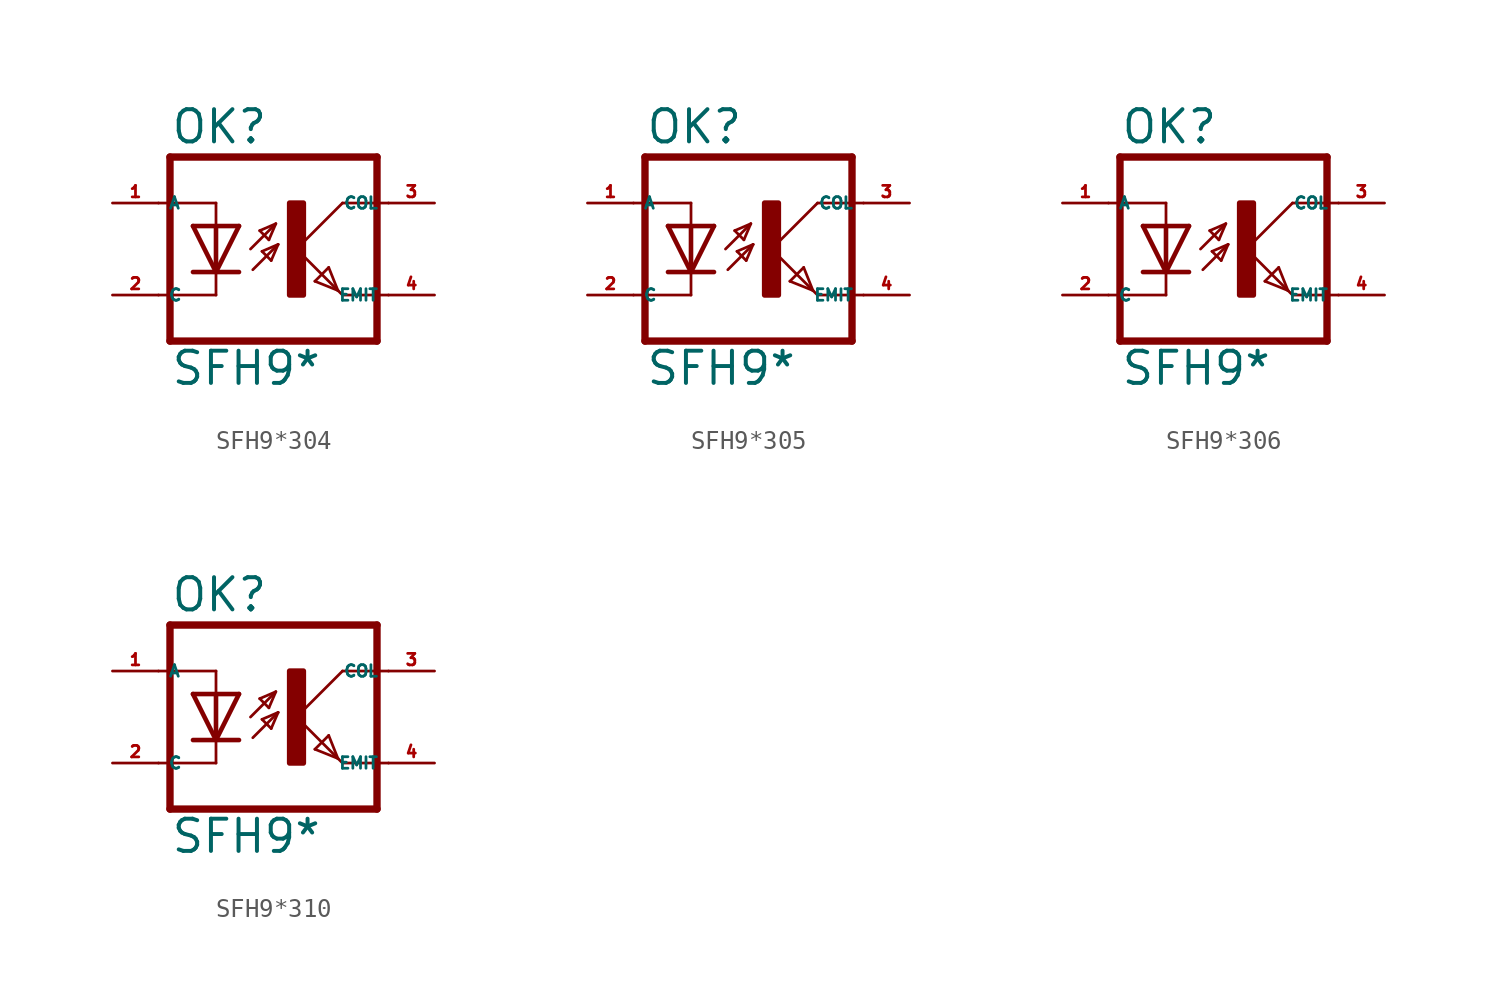
<source format=kicad_sym>
(kicad_symbol_lib
  (version 20220914)
  (generator kicad_symbol_editor)
  (symbol "SFH9*304"
    (property "Reference" "OK"
      (at -6.985 5.715 0)
      (effects (font (size 1.778 1.778) (thickness 0.22)) (justify left bottom)))
    (property "Value" "SFH9*"
      (at -6.985 -7.62 0)
      (effects (font (size 1.778 1.778) (thickness 0.22)) (justify left bottom)))
    (symbol "SFH9*304_1_1"
      (rectangle (start -0.381 -2.54) (end 0.381 2.54) (stroke (width 0.3) (type default)) (fill (type outline)))
      (polyline (pts (xy -6.985 -5.08) (xy 4.445 -5.08)) (stroke (width 0.406) (type default)) (fill (type none)))
      (polyline (pts (xy -6.985 5.08) (xy -6.985 -5.08)) (stroke (width 0.406) (type default)) (fill (type none)))
      (polyline (pts (xy -6.985 5.08) (xy 4.445 5.08)) (stroke (width 0.406) (type default)) (fill (type none)))
      (polyline (pts (xy -4.445 -2.54) (xy -7.62 -2.54)) (stroke (width 0.152) (type default)) (fill (type none)))
      (polyline (pts (xy -4.445 -1.27) (xy -5.715 -1.27)) (stroke (width 0.254) (type default)) (fill (type none)))
      (polyline (pts (xy -4.445 -1.27) (xy -5.715 1.27)) (stroke (width 0.254) (type default)) (fill (type none)))
      (polyline (pts (xy -4.445 -1.27) (xy -4.445 -2.54)) (stroke (width 0.152) (type default)) (fill (type none)))
      (polyline (pts (xy -4.445 1.27) (xy -5.715 1.27)) (stroke (width 0.254) (type default)) (fill (type none)))
      (polyline (pts (xy -4.445 1.27) (xy -4.445 -1.27)) (stroke (width 0.254) (type default)) (fill (type none)))
      (polyline (pts (xy -4.445 2.54) (xy -7.62 2.54)) (stroke (width 0.152) (type default)) (fill (type none)))
      (polyline (pts (xy -4.445 2.54) (xy -4.445 1.27)) (stroke (width 0.152) (type default)) (fill (type none)))
      (polyline (pts (xy -3.175 -1.27) (xy -4.445 -1.27)) (stroke (width 0.254) (type default)) (fill (type none)))
      (polyline (pts (xy -3.175 1.27) (xy -4.445 -1.27)) (stroke (width 0.254) (type default)) (fill (type none)))
      (polyline (pts (xy -3.175 1.27) (xy -4.445 1.27)) (stroke (width 0.254) (type default)) (fill (type none)))
      (polyline (pts (xy -2.54 0) (xy -1.143 1.397)) (stroke (width 0.152) (type default)) (fill (type none)))
      (polyline (pts (xy -2.413 -1.143) (xy -1.016 0.254)) (stroke (width 0.152) (type default)) (fill (type none)))
      (polyline (pts (xy -2.032 1.016) (xy -1.524 0.508)) (stroke (width 0.152) (type default)) (fill (type none)))
      (polyline (pts (xy -1.905 -0.127) (xy -1.397 -0.635)) (stroke (width 0.152) (type default)) (fill (type none)))
      (polyline (pts (xy -1.524 0.508) (xy -1.143 1.397)) (stroke (width 0.152) (type default)) (fill (type none)))
      (polyline (pts (xy -1.397 -0.635) (xy -1.016 0.254)) (stroke (width 0.152) (type default)) (fill (type none)))
      (polyline (pts (xy -1.143 1.397) (xy -2.032 1.016)) (stroke (width 0.152) (type default)) (fill (type none)))
      (polyline (pts (xy -1.016 0.254) (xy -1.905 -0.127)) (stroke (width 0.152) (type default)) (fill (type none)))
      (polyline (pts (xy 0 0) (xy 2.286 -2.286)) (stroke (width 0.152) (type default)) (fill (type none)))
      (polyline (pts (xy 1.016 -1.778) (xy 1.778 -1.016)) (stroke (width 0.152) (type default)) (fill (type none)))
      (polyline (pts (xy 1.778 -1.016) (xy 2.286 -2.286)) (stroke (width 0.152) (type default)) (fill (type none)))
      (polyline (pts (xy 2.286 -2.286) (xy 1.016 -1.778)) (stroke (width 0.152) (type default)) (fill (type none)))
      (polyline (pts (xy 2.286 -2.286) (xy 2.54 -2.54)) (stroke (width 0.152) (type default)) (fill (type none)))
      (polyline (pts (xy 2.54 -2.54) (xy 5.08 -2.54)) (stroke (width 0.152) (type default)) (fill (type none)))
      (polyline (pts (xy 2.54 2.54) (xy 0 0)) (stroke (width 0.152) (type default)) (fill (type none)))
      (polyline (pts (xy 2.54 2.54) (xy 5.08 2.54)) (stroke (width 0.152) (type default)) (fill (type none)))
      (polyline (pts (xy 4.445 5.08) (xy 4.445 -5.08)) (stroke (width 0.406) (type default)) (fill (type none)))
      (pin passive line (at -10.16 2.54 0) (length 2.54) (name "A" (effects (font (size 0.635 0.635)))) (number "1" (effects (font (size 0.635 0.635)))))
      (pin passive line (at -10.16 -2.54 0) (length 2.54) (name "C" (effects (font (size 0.635 0.635)))) (number "2" (effects (font (size 0.635 0.635)))))
      (pin passive line (at 7.62 2.54 180) (length 2.54) (name "COL" (effects (font (size 0.635 0.635)))) (number "3" (effects (font (size 0.635 0.635)))))
      (pin passive line (at 7.62 -2.54 180) (length 2.54) (name "EMIT" (effects (font (size 0.635 0.635)))) (number "4" (effects (font (size 0.635 0.635)))))))
  (symbol "SFH9*305"
    (property "Reference" "OK"
      (at -6.985 5.715 0)
      (effects (font (size 1.778 1.778) (thickness 0.22)) (justify left bottom)))
    (property "Value" "SFH9*"
      (at -6.985 -7.62 0)
      (effects (font (size 1.778 1.778) (thickness 0.22)) (justify left bottom)))
    (symbol "SFH9*305_1_1"
      (rectangle (start -0.381 -2.54) (end 0.381 2.54) (stroke (width 0.3) (type default)) (fill (type outline)))
      (polyline (pts (xy -6.985 -5.08) (xy 4.445 -5.08)) (stroke (width 0.406) (type default)) (fill (type none)))
      (polyline (pts (xy -6.985 5.08) (xy -6.985 -5.08)) (stroke (width 0.406) (type default)) (fill (type none)))
      (polyline (pts (xy -6.985 5.08) (xy 4.445 5.08)) (stroke (width 0.406) (type default)) (fill (type none)))
      (polyline (pts (xy -4.445 -2.54) (xy -7.62 -2.54)) (stroke (width 0.152) (type default)) (fill (type none)))
      (polyline (pts (xy -4.445 -1.27) (xy -5.715 -1.27)) (stroke (width 0.254) (type default)) (fill (type none)))
      (polyline (pts (xy -4.445 -1.27) (xy -5.715 1.27)) (stroke (width 0.254) (type default)) (fill (type none)))
      (polyline (pts (xy -4.445 -1.27) (xy -4.445 -2.54)) (stroke (width 0.152) (type default)) (fill (type none)))
      (polyline (pts (xy -4.445 1.27) (xy -5.715 1.27)) (stroke (width 0.254) (type default)) (fill (type none)))
      (polyline (pts (xy -4.445 1.27) (xy -4.445 -1.27)) (stroke (width 0.254) (type default)) (fill (type none)))
      (polyline (pts (xy -4.445 2.54) (xy -7.62 2.54)) (stroke (width 0.152) (type default)) (fill (type none)))
      (polyline (pts (xy -4.445 2.54) (xy -4.445 1.27)) (stroke (width 0.152) (type default)) (fill (type none)))
      (polyline (pts (xy -3.175 -1.27) (xy -4.445 -1.27)) (stroke (width 0.254) (type default)) (fill (type none)))
      (polyline (pts (xy -3.175 1.27) (xy -4.445 -1.27)) (stroke (width 0.254) (type default)) (fill (type none)))
      (polyline (pts (xy -3.175 1.27) (xy -4.445 1.27)) (stroke (width 0.254) (type default)) (fill (type none)))
      (polyline (pts (xy -2.54 0) (xy -1.143 1.397)) (stroke (width 0.152) (type default)) (fill (type none)))
      (polyline (pts (xy -2.413 -1.143) (xy -1.016 0.254)) (stroke (width 0.152) (type default)) (fill (type none)))
      (polyline (pts (xy -2.032 1.016) (xy -1.524 0.508)) (stroke (width 0.152) (type default)) (fill (type none)))
      (polyline (pts (xy -1.905 -0.127) (xy -1.397 -0.635)) (stroke (width 0.152) (type default)) (fill (type none)))
      (polyline (pts (xy -1.524 0.508) (xy -1.143 1.397)) (stroke (width 0.152) (type default)) (fill (type none)))
      (polyline (pts (xy -1.397 -0.635) (xy -1.016 0.254)) (stroke (width 0.152) (type default)) (fill (type none)))
      (polyline (pts (xy -1.143 1.397) (xy -2.032 1.016)) (stroke (width 0.152) (type default)) (fill (type none)))
      (polyline (pts (xy -1.016 0.254) (xy -1.905 -0.127)) (stroke (width 0.152) (type default)) (fill (type none)))
      (polyline (pts (xy 0 0) (xy 2.286 -2.286)) (stroke (width 0.152) (type default)) (fill (type none)))
      (polyline (pts (xy 1.016 -1.778) (xy 1.778 -1.016)) (stroke (width 0.152) (type default)) (fill (type none)))
      (polyline (pts (xy 1.778 -1.016) (xy 2.286 -2.286)) (stroke (width 0.152) (type default)) (fill (type none)))
      (polyline (pts (xy 2.286 -2.286) (xy 1.016 -1.778)) (stroke (width 0.152) (type default)) (fill (type none)))
      (polyline (pts (xy 2.286 -2.286) (xy 2.54 -2.54)) (stroke (width 0.152) (type default)) (fill (type none)))
      (polyline (pts (xy 2.54 -2.54) (xy 5.08 -2.54)) (stroke (width 0.152) (type default)) (fill (type none)))
      (polyline (pts (xy 2.54 2.54) (xy 0 0)) (stroke (width 0.152) (type default)) (fill (type none)))
      (polyline (pts (xy 2.54 2.54) (xy 5.08 2.54)) (stroke (width 0.152) (type default)) (fill (type none)))
      (polyline (pts (xy 4.445 5.08) (xy 4.445 -5.08)) (stroke (width 0.406) (type default)) (fill (type none)))
      (pin passive line (at -10.16 2.54 0) (length 2.54) (name "A" (effects (font (size 0.635 0.635)))) (number "1" (effects (font (size 0.635 0.635)))))
      (pin passive line (at -10.16 -2.54 0) (length 2.54) (name "C" (effects (font (size 0.635 0.635)))) (number "2" (effects (font (size 0.635 0.635)))))
      (pin passive line (at 7.62 2.54 180) (length 2.54) (name "COL" (effects (font (size 0.635 0.635)))) (number "3" (effects (font (size 0.635 0.635)))))
      (pin passive line (at 7.62 -2.54 180) (length 2.54) (name "EMIT" (effects (font (size 0.635 0.635)))) (number "4" (effects (font (size 0.635 0.635)))))))
  (symbol "SFH9*306"
    (property "Reference" "OK"
      (at -6.985 5.715 0)
      (effects (font (size 1.778 1.778) (thickness 0.22)) (justify left bottom)))
    (property "Value" "SFH9*"
      (at -6.985 -7.62 0)
      (effects (font (size 1.778 1.778) (thickness 0.22)) (justify left bottom)))
    (symbol "SFH9*306_1_1"
      (rectangle (start -0.381 -2.54) (end 0.381 2.54) (stroke (width 0.3) (type default)) (fill (type outline)))
      (polyline (pts (xy -6.985 -5.08) (xy 4.445 -5.08)) (stroke (width 0.406) (type default)) (fill (type none)))
      (polyline (pts (xy -6.985 5.08) (xy -6.985 -5.08)) (stroke (width 0.406) (type default)) (fill (type none)))
      (polyline (pts (xy -6.985 5.08) (xy 4.445 5.08)) (stroke (width 0.406) (type default)) (fill (type none)))
      (polyline (pts (xy -4.445 -2.54) (xy -7.62 -2.54)) (stroke (width 0.152) (type default)) (fill (type none)))
      (polyline (pts (xy -4.445 -1.27) (xy -5.715 -1.27)) (stroke (width 0.254) (type default)) (fill (type none)))
      (polyline (pts (xy -4.445 -1.27) (xy -5.715 1.27)) (stroke (width 0.254) (type default)) (fill (type none)))
      (polyline (pts (xy -4.445 -1.27) (xy -4.445 -2.54)) (stroke (width 0.152) (type default)) (fill (type none)))
      (polyline (pts (xy -4.445 1.27) (xy -5.715 1.27)) (stroke (width 0.254) (type default)) (fill (type none)))
      (polyline (pts (xy -4.445 1.27) (xy -4.445 -1.27)) (stroke (width 0.254) (type default)) (fill (type none)))
      (polyline (pts (xy -4.445 2.54) (xy -7.62 2.54)) (stroke (width 0.152) (type default)) (fill (type none)))
      (polyline (pts (xy -4.445 2.54) (xy -4.445 1.27)) (stroke (width 0.152) (type default)) (fill (type none)))
      (polyline (pts (xy -3.175 -1.27) (xy -4.445 -1.27)) (stroke (width 0.254) (type default)) (fill (type none)))
      (polyline (pts (xy -3.175 1.27) (xy -4.445 -1.27)) (stroke (width 0.254) (type default)) (fill (type none)))
      (polyline (pts (xy -3.175 1.27) (xy -4.445 1.27)) (stroke (width 0.254) (type default)) (fill (type none)))
      (polyline (pts (xy -2.54 0) (xy -1.143 1.397)) (stroke (width 0.152) (type default)) (fill (type none)))
      (polyline (pts (xy -2.413 -1.143) (xy -1.016 0.254)) (stroke (width 0.152) (type default)) (fill (type none)))
      (polyline (pts (xy -2.032 1.016) (xy -1.524 0.508)) (stroke (width 0.152) (type default)) (fill (type none)))
      (polyline (pts (xy -1.905 -0.127) (xy -1.397 -0.635)) (stroke (width 0.152) (type default)) (fill (type none)))
      (polyline (pts (xy -1.524 0.508) (xy -1.143 1.397)) (stroke (width 0.152) (type default)) (fill (type none)))
      (polyline (pts (xy -1.397 -0.635) (xy -1.016 0.254)) (stroke (width 0.152) (type default)) (fill (type none)))
      (polyline (pts (xy -1.143 1.397) (xy -2.032 1.016)) (stroke (width 0.152) (type default)) (fill (type none)))
      (polyline (pts (xy -1.016 0.254) (xy -1.905 -0.127)) (stroke (width 0.152) (type default)) (fill (type none)))
      (polyline (pts (xy 0 0) (xy 2.286 -2.286)) (stroke (width 0.152) (type default)) (fill (type none)))
      (polyline (pts (xy 1.016 -1.778) (xy 1.778 -1.016)) (stroke (width 0.152) (type default)) (fill (type none)))
      (polyline (pts (xy 1.778 -1.016) (xy 2.286 -2.286)) (stroke (width 0.152) (type default)) (fill (type none)))
      (polyline (pts (xy 2.286 -2.286) (xy 1.016 -1.778)) (stroke (width 0.152) (type default)) (fill (type none)))
      (polyline (pts (xy 2.286 -2.286) (xy 2.54 -2.54)) (stroke (width 0.152) (type default)) (fill (type none)))
      (polyline (pts (xy 2.54 -2.54) (xy 5.08 -2.54)) (stroke (width 0.152) (type default)) (fill (type none)))
      (polyline (pts (xy 2.54 2.54) (xy 0 0)) (stroke (width 0.152) (type default)) (fill (type none)))
      (polyline (pts (xy 2.54 2.54) (xy 5.08 2.54)) (stroke (width 0.152) (type default)) (fill (type none)))
      (polyline (pts (xy 4.445 5.08) (xy 4.445 -5.08)) (stroke (width 0.406) (type default)) (fill (type none)))
      (pin passive line (at -10.16 2.54 0) (length 2.54) (name "A" (effects (font (size 0.635 0.635)))) (number "1" (effects (font (size 0.635 0.635)))))
      (pin passive line (at -10.16 -2.54 0) (length 2.54) (name "C" (effects (font (size 0.635 0.635)))) (number "2" (effects (font (size 0.635 0.635)))))
      (pin passive line (at 7.62 2.54 180) (length 2.54) (name "COL" (effects (font (size 0.635 0.635)))) (number "3" (effects (font (size 0.635 0.635)))))
      (pin passive line (at 7.62 -2.54 180) (length 2.54) (name "EMIT" (effects (font (size 0.635 0.635)))) (number "4" (effects (font (size 0.635 0.635)))))))
  (symbol "SFH9*310"
    (property "Reference" "OK"
      (at -6.985 5.715 0)
      (effects (font (size 1.778 1.778) (thickness 0.22)) (justify left bottom)))
    (property "Value" "SFH9*"
      (at -6.985 -7.62 0)
      (effects (font (size 1.778 1.778) (thickness 0.22)) (justify left bottom)))
    (symbol "SFH9*310_1_1"
      (rectangle (start -0.381 -2.54) (end 0.381 2.54) (stroke (width 0.3) (type default)) (fill (type outline)))
      (polyline (pts (xy -6.985 -5.08) (xy 4.445 -5.08)) (stroke (width 0.406) (type default)) (fill (type none)))
      (polyline (pts (xy -6.985 5.08) (xy -6.985 -5.08)) (stroke (width 0.406) (type default)) (fill (type none)))
      (polyline (pts (xy -6.985 5.08) (xy 4.445 5.08)) (stroke (width 0.406) (type default)) (fill (type none)))
      (polyline (pts (xy -4.445 -2.54) (xy -7.62 -2.54)) (stroke (width 0.152) (type default)) (fill (type none)))
      (polyline (pts (xy -4.445 -1.27) (xy -5.715 -1.27)) (stroke (width 0.254) (type default)) (fill (type none)))
      (polyline (pts (xy -4.445 -1.27) (xy -5.715 1.27)) (stroke (width 0.254) (type default)) (fill (type none)))
      (polyline (pts (xy -4.445 -1.27) (xy -4.445 -2.54)) (stroke (width 0.152) (type default)) (fill (type none)))
      (polyline (pts (xy -4.445 1.27) (xy -5.715 1.27)) (stroke (width 0.254) (type default)) (fill (type none)))
      (polyline (pts (xy -4.445 1.27) (xy -4.445 -1.27)) (stroke (width 0.254) (type default)) (fill (type none)))
      (polyline (pts (xy -4.445 2.54) (xy -7.62 2.54)) (stroke (width 0.152) (type default)) (fill (type none)))
      (polyline (pts (xy -4.445 2.54) (xy -4.445 1.27)) (stroke (width 0.152) (type default)) (fill (type none)))
      (polyline (pts (xy -3.175 -1.27) (xy -4.445 -1.27)) (stroke (width 0.254) (type default)) (fill (type none)))
      (polyline (pts (xy -3.175 1.27) (xy -4.445 -1.27)) (stroke (width 0.254) (type default)) (fill (type none)))
      (polyline (pts (xy -3.175 1.27) (xy -4.445 1.27)) (stroke (width 0.254) (type default)) (fill (type none)))
      (polyline (pts (xy -2.54 0) (xy -1.143 1.397)) (stroke (width 0.152) (type default)) (fill (type none)))
      (polyline (pts (xy -2.413 -1.143) (xy -1.016 0.254)) (stroke (width 0.152) (type default)) (fill (type none)))
      (polyline (pts (xy -2.032 1.016) (xy -1.524 0.508)) (stroke (width 0.152) (type default)) (fill (type none)))
      (polyline (pts (xy -1.905 -0.127) (xy -1.397 -0.635)) (stroke (width 0.152) (type default)) (fill (type none)))
      (polyline (pts (xy -1.524 0.508) (xy -1.143 1.397)) (stroke (width 0.152) (type default)) (fill (type none)))
      (polyline (pts (xy -1.397 -0.635) (xy -1.016 0.254)) (stroke (width 0.152) (type default)) (fill (type none)))
      (polyline (pts (xy -1.143 1.397) (xy -2.032 1.016)) (stroke (width 0.152) (type default)) (fill (type none)))
      (polyline (pts (xy -1.016 0.254) (xy -1.905 -0.127)) (stroke (width 0.152) (type default)) (fill (type none)))
      (polyline (pts (xy 0 0) (xy 2.286 -2.286)) (stroke (width 0.152) (type default)) (fill (type none)))
      (polyline (pts (xy 1.016 -1.778) (xy 1.778 -1.016)) (stroke (width 0.152) (type default)) (fill (type none)))
      (polyline (pts (xy 1.778 -1.016) (xy 2.286 -2.286)) (stroke (width 0.152) (type default)) (fill (type none)))
      (polyline (pts (xy 2.286 -2.286) (xy 1.016 -1.778)) (stroke (width 0.152) (type default)) (fill (type none)))
      (polyline (pts (xy 2.286 -2.286) (xy 2.54 -2.54)) (stroke (width 0.152) (type default)) (fill (type none)))
      (polyline (pts (xy 2.54 -2.54) (xy 5.08 -2.54)) (stroke (width 0.152) (type default)) (fill (type none)))
      (polyline (pts (xy 2.54 2.54) (xy 0 0)) (stroke (width 0.152) (type default)) (fill (type none)))
      (polyline (pts (xy 2.54 2.54) (xy 5.08 2.54)) (stroke (width 0.152) (type default)) (fill (type none)))
      (polyline (pts (xy 4.445 5.08) (xy 4.445 -5.08)) (stroke (width 0.406) (type default)) (fill (type none)))
      (pin passive line (at -10.16 2.54 0) (length 2.54) (name "A" (effects (font (size 0.635 0.635)))) (number "1" (effects (font (size 0.635 0.635)))))
      (pin passive line (at -10.16 -2.54 0) (length 2.54) (name "C" (effects (font (size 0.635 0.635)))) (number "2" (effects (font (size 0.635 0.635)))))
      (pin passive line (at 7.62 2.54 180) (length 2.54) (name "COL" (effects (font (size 0.635 0.635)))) (number "3" (effects (font (size 0.635 0.635)))))
      (pin passive line (at 7.62 -2.54 180) (length 2.54) (name "EMIT" (effects (font (size 0.635 0.635)))) (number "4" (effects (font (size 0.635 0.635))))))))
</source>
